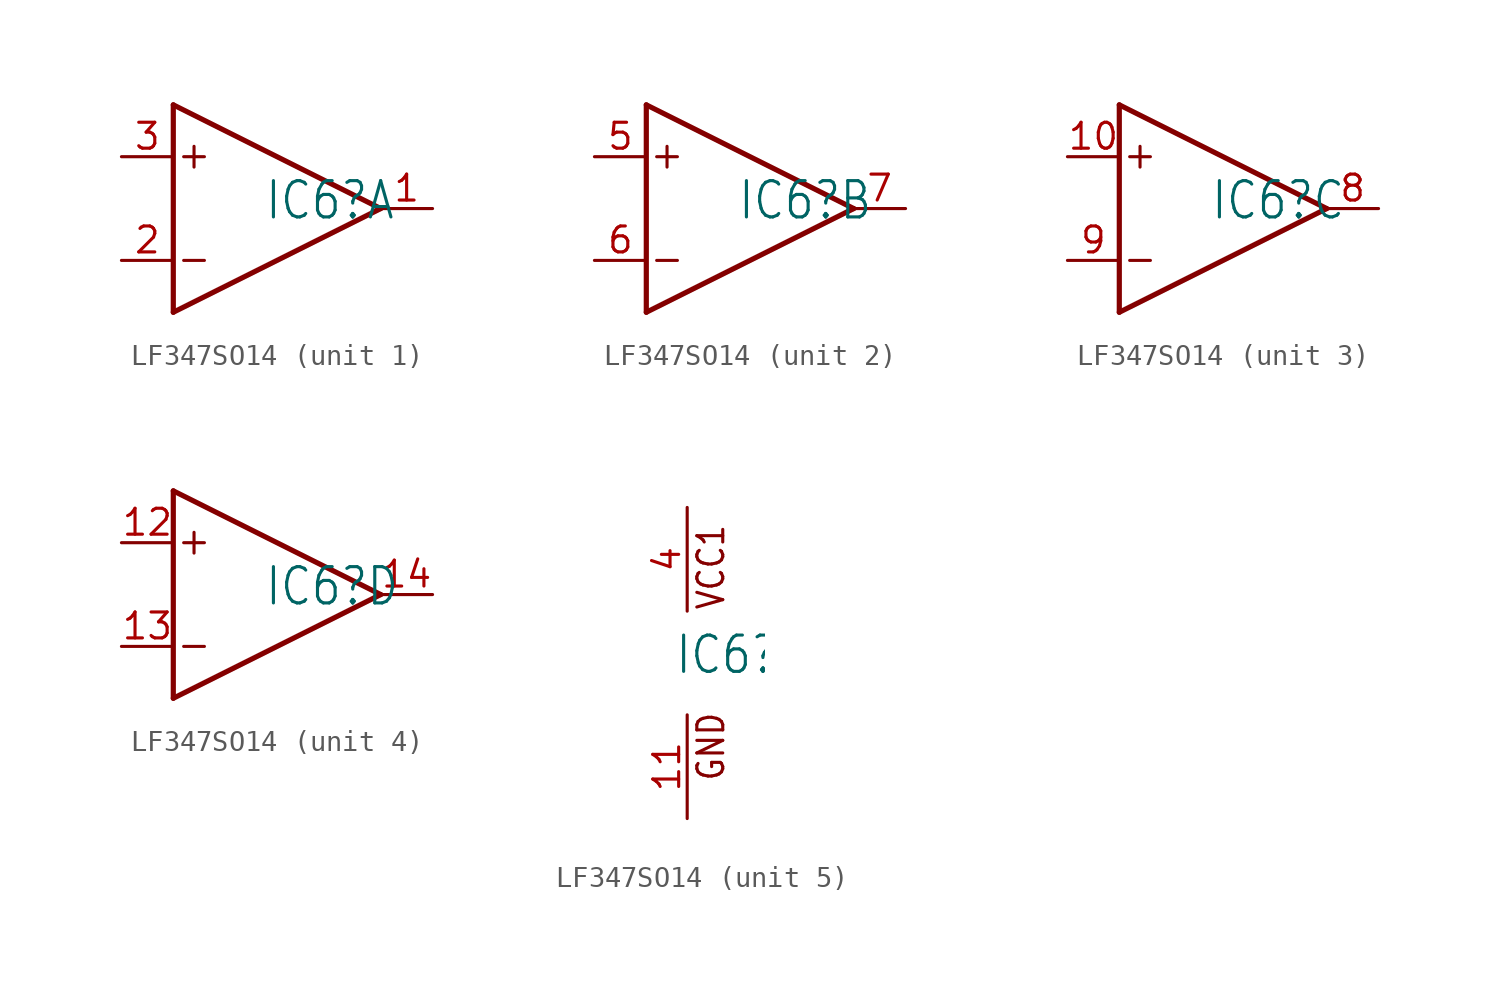
<source format=kicad_sym>
(kicad_symbol_lib
  (version 20220914)
  (generator kicad_symbol_editor)
  (symbol "LF347SO14"
    (property "Reference" "IC6"
      (at -0.635 -0.635 0)
      (effects (font (size 1.778 1.511)) (justify left bottom)))
    (property "ki_locked" ""
      (at 0 0 0)
      (effects (font (size 1.27 1.27))))
    (symbol "LF347SO14_1_0"
      (polyline (pts (xy -5.08 -5.08) (xy 5.08 0)) (stroke (width 0.254) (type default)) (fill (type none)))
      (polyline (pts (xy -5.08 5.08) (xy -5.08 -5.08)) (stroke (width 0.254) (type default)) (fill (type none)))
      (polyline (pts (xy -4.572 -2.54) (xy -3.556 -2.54)) (stroke (width 0.152) (type default)) (fill (type none)))
      (polyline (pts (xy -4.572 2.54) (xy -3.556 2.54)) (stroke (width 0.152) (type default)) (fill (type none)))
      (polyline (pts (xy -4.064 3.048) (xy -4.064 2.032)) (stroke (width 0.152) (type default)) (fill (type none)))
      (polyline (pts (xy 5.08 0) (xy -5.08 5.08)) (stroke (width 0.254) (type default)) (fill (type none)))
      (pin output line (at 7.62 0 180) (length 2.54) (name "OUT" (effects (font (size 0 0)))) (number "1" (effects (font (size 1.27 1.27)))))
      (pin input line (at -7.62 -2.54 0) (length 2.54) (name "IN-" (effects (font (size 0 0)))) (number "2" (effects (font (size 1.27 1.27)))))
      (pin input line (at -7.62 2.54 0) (length 2.54) (name "IN+" (effects (font (size 0 0)))) (number "3" (effects (font (size 1.27 1.27))))))
    (symbol "LF347SO14_2_0"
      (polyline (pts (xy -5.08 -5.08) (xy 5.08 0)) (stroke (width 0.254) (type default)) (fill (type none)))
      (polyline (pts (xy -5.08 5.08) (xy -5.08 -5.08)) (stroke (width 0.254) (type default)) (fill (type none)))
      (polyline (pts (xy -4.572 -2.54) (xy -3.556 -2.54)) (stroke (width 0.152) (type default)) (fill (type none)))
      (polyline (pts (xy -4.572 2.54) (xy -3.556 2.54)) (stroke (width 0.152) (type default)) (fill (type none)))
      (polyline (pts (xy -4.064 3.048) (xy -4.064 2.032)) (stroke (width 0.152) (type default)) (fill (type none)))
      (polyline (pts (xy 5.08 0) (xy -5.08 5.08)) (stroke (width 0.254) (type default)) (fill (type none)))
      (pin input line (at -7.62 2.54 0) (length 2.54) (name "IN+" (effects (font (size 0 0)))) (number "5" (effects (font (size 1.27 1.27)))))
      (pin input line (at -7.62 -2.54 0) (length 2.54) (name "IN-" (effects (font (size 0 0)))) (number "6" (effects (font (size 1.27 1.27)))))
      (pin output line (at 7.62 0 180) (length 2.54) (name "OUT" (effects (font (size 0 0)))) (number "7" (effects (font (size 1.27 1.27))))))
    (symbol "LF347SO14_3_0"
      (polyline (pts (xy -5.08 -5.08) (xy 5.08 0)) (stroke (width 0.254) (type default)) (fill (type none)))
      (polyline (pts (xy -5.08 5.08) (xy -5.08 -5.08)) (stroke (width 0.254) (type default)) (fill (type none)))
      (polyline (pts (xy -4.572 -2.54) (xy -3.556 -2.54)) (stroke (width 0.152) (type default)) (fill (type none)))
      (polyline (pts (xy -4.572 2.54) (xy -3.556 2.54)) (stroke (width 0.152) (type default)) (fill (type none)))
      (polyline (pts (xy -4.064 3.048) (xy -4.064 2.032)) (stroke (width 0.152) (type default)) (fill (type none)))
      (polyline (pts (xy 5.08 0) (xy -5.08 5.08)) (stroke (width 0.254) (type default)) (fill (type none)))
      (pin input line (at -7.62 2.54 0) (length 2.54) (name "IN+" (effects (font (size 0 0)))) (number "10" (effects (font (size 1.27 1.27)))))
      (pin output line (at 7.62 0 180) (length 2.54) (name "OUT" (effects (font (size 0 0)))) (number "8" (effects (font (size 1.27 1.27)))))
      (pin input line (at -7.62 -2.54 0) (length 2.54) (name "IN-" (effects (font (size 0 0)))) (number "9" (effects (font (size 1.27 1.27))))))
    (symbol "LF347SO14_4_0"
      (polyline (pts (xy -5.08 -5.08) (xy 5.08 0)) (stroke (width 0.254) (type default)) (fill (type none)))
      (polyline (pts (xy -5.08 5.08) (xy -5.08 -5.08)) (stroke (width 0.254) (type default)) (fill (type none)))
      (polyline (pts (xy -4.572 -2.54) (xy -3.556 -2.54)) (stroke (width 0.152) (type default)) (fill (type none)))
      (polyline (pts (xy -4.572 2.54) (xy -3.556 2.54)) (stroke (width 0.152) (type default)) (fill (type none)))
      (polyline (pts (xy -4.064 3.048) (xy -4.064 2.032)) (stroke (width 0.152) (type default)) (fill (type none)))
      (polyline (pts (xy 5.08 0) (xy -5.08 5.08)) (stroke (width 0.254) (type default)) (fill (type none)))
      (pin input line (at -7.62 2.54 0) (length 2.54) (name "IN+" (effects (font (size 0 0)))) (number "12" (effects (font (size 1.27 1.27)))))
      (pin input line (at -7.62 -2.54 0) (length 2.54) (name "IN-" (effects (font (size 0 0)))) (number "13" (effects (font (size 1.27 1.27)))))
      (pin output line (at 7.62 0 180) (length 2.54) (name "OUT" (effects (font (size 0 0)))) (number "14" (effects (font (size 1.27 1.27))))))
    (symbol "LF347SO14_5_0"
      (text "GND" (at 1.905 -5.842 900) (effects (font (size 1.27 1.079)) (justify left bottom)))
      (text "VCC1" (at 1.905 2.54 900) (effects (font (size 1.27 1.079)) (justify left bottom)))
      (pin power_in line (at 0 -7.62 90) (length 5.08) (name "GND" (effects (font (size 0 0)))) (number "11" (effects (font (size 1.27 1.27)))))
      (pin power_in line (at 0 7.62 270) (length 5.08) (name "VCC" (effects (font (size 0 0)))) (number "4" (effects (font (size 1.27 1.27))))))))
</source>
